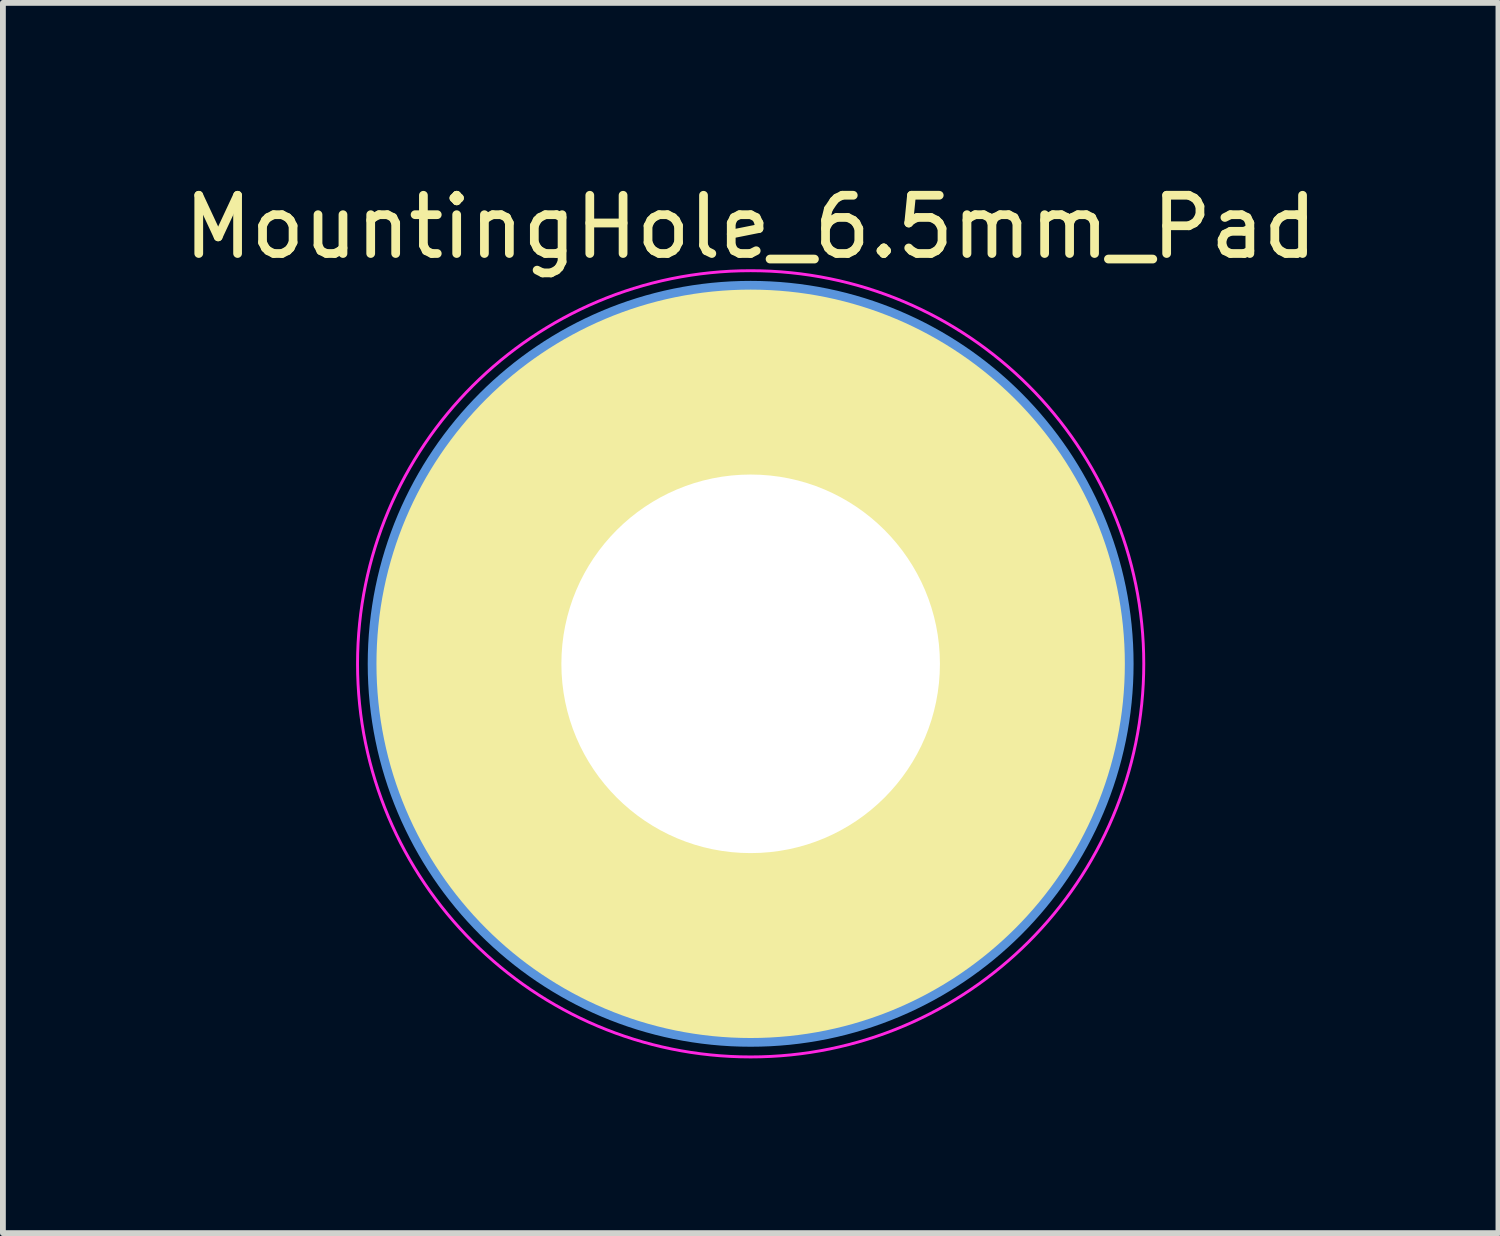
<source format=kicad_pcb>
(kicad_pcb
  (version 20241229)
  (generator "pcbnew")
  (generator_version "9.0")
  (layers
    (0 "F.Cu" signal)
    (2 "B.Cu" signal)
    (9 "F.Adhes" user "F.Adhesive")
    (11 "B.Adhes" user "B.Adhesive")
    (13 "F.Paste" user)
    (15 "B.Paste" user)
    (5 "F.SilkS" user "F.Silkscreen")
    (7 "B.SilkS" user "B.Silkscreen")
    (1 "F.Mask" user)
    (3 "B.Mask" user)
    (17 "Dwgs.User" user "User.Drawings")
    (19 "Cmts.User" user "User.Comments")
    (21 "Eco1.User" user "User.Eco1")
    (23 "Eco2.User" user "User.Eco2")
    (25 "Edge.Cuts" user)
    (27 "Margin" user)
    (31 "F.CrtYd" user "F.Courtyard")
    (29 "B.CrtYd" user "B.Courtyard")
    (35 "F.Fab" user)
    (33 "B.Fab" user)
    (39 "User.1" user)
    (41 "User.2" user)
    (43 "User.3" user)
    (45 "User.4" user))
  (footprint "MountingHole_6.5mm_Pad"
    (layer "F.Cu")
    (at 9.839 8.348)
    (property "Reference" "MountingHole_6.5mm_Pad" (at 0 -7.5 0) (layer "F.SilkS") (effects (font (size 1 1) (thickness 0.15))))
    (attr through_hole)
    (fp_circle (center 0 0) (end 6.5 0) (stroke (width 0.15) (type solid)) (fill no) (layer "Cmts.User"))
    (fp_circle (center 0 0) (end 6.75 0) (stroke (width 0.05) (type solid)) (fill no) (layer "F.CrtYd"))
    (pad "1" thru_hole circle (at 0 0) (size 13 13) (drill 6.5) (layers "*.Cu" "*.Mask" "F.SilkS")))
  (gr_rect
    (start -3 -3)
    (end 22.679 18.123)
    (stroke (width 0.1) (type default))
    (fill no)
    (layer "Edge.Cuts")))
</source>
